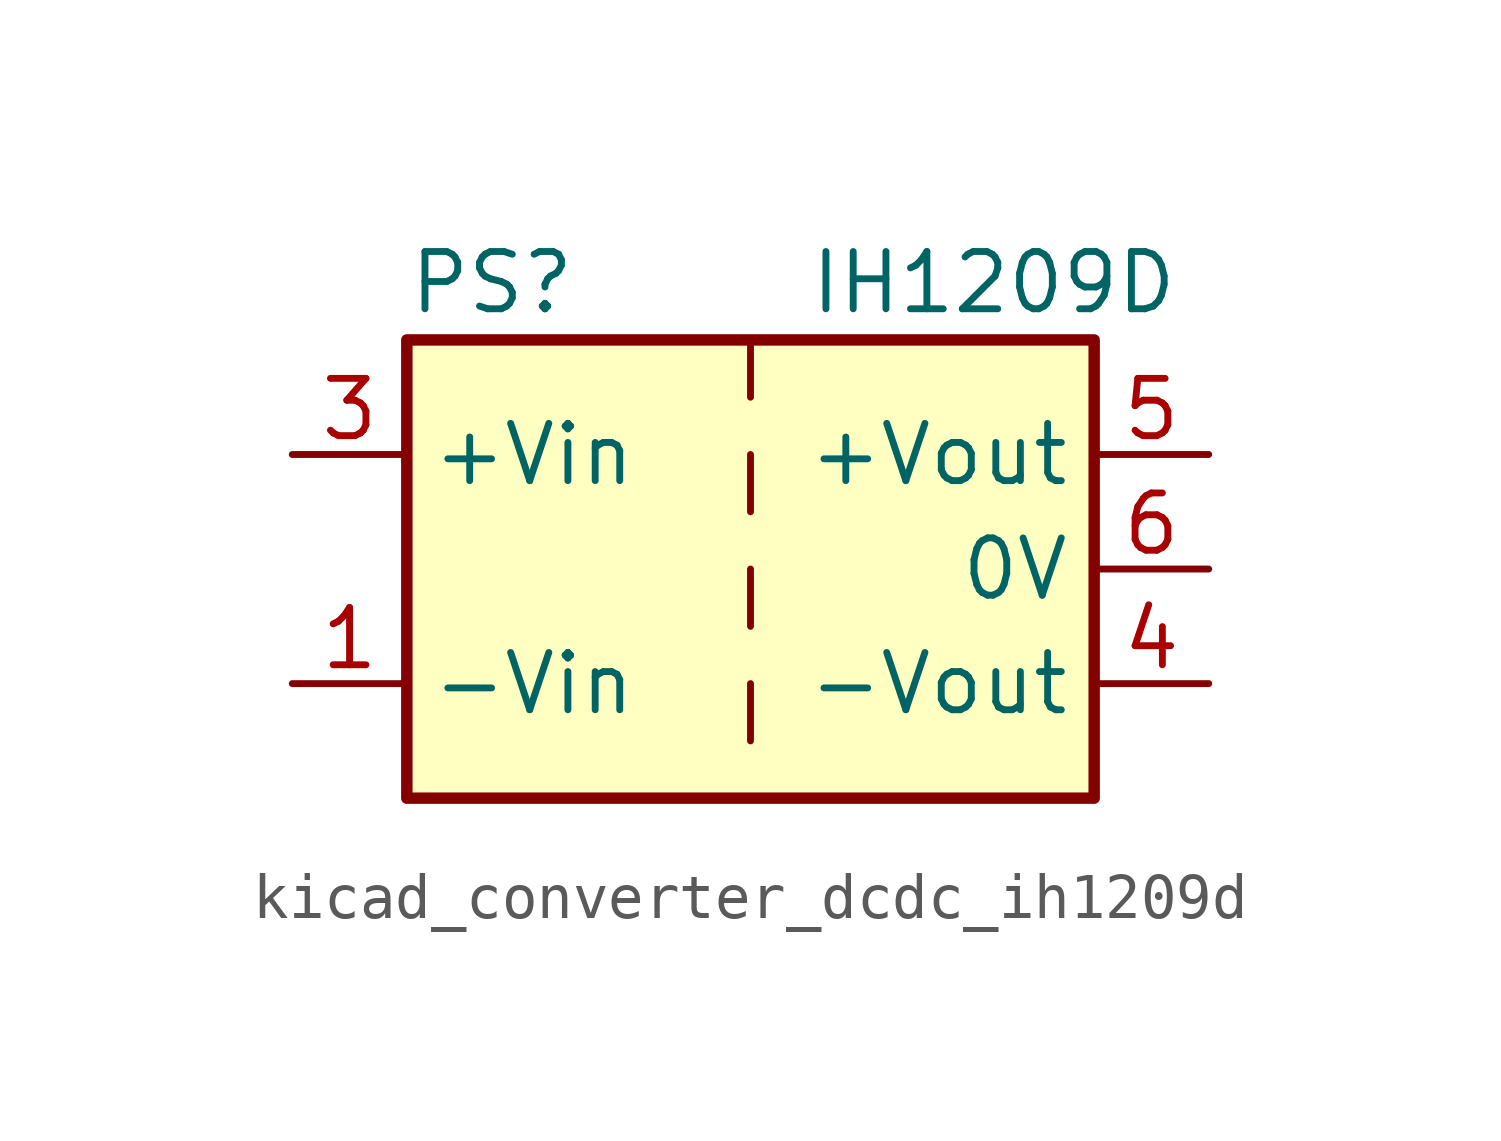
<source format=kicad_sym>
(kicad_symbol_lib
  (version 20220914)
  (generator kicad_symbol_editor)
  (symbol "kicad_converter_dcdc_ih1209d"
    (property "Reference" "PS"
      (at -7.62 6.35 0)
      (effects (font (size 1.27 1.27)) (justify left)))
    (property "Value" "IH1209D"
      (at 1.27 6.35 0)
      (effects (font (size 1.27 1.27)) (justify left)))
    (symbol "kicad_converter_dcdc_ih1209d_0_0"
      (pin power_in line (at -10.16 -2.54 0) (length 2.54) (name "-Vin" (effects (font (size 1.27 1.27)))) (number "1" (effects (font (size 1.27 1.27)))))
      (pin power_in line (at -10.16 2.54 0) (length 2.54) (name "+Vin" (effects (font (size 1.27 1.27)))) (number "3" (effects (font (size 1.27 1.27)))))
      (pin power_out line (at 10.16 -2.54 180) (length 2.54) (name "-Vout" (effects (font (size 1.27 1.27)))) (number "4" (effects (font (size 1.27 1.27)))))
      (pin power_out line (at 10.16 2.54 180) (length 2.54) (name "+Vout" (effects (font (size 1.27 1.27)))) (number "5" (effects (font (size 1.27 1.27)))))
      (pin power_out line (at 10.16 0 180) (length 2.54) (name "0V" (effects (font (size 1.27 1.27)))) (number "6" (effects (font (size 1.27 1.27))))))
    (symbol "kicad_converter_dcdc_ih1209d_0_1"
      (rectangle (start -7.62 5.08) (end 7.62 -5.08) (stroke (width 0.254) (type default)) (fill (type background)))
      (polyline (pts (xy 0 -2.54) (xy 0 -3.81)) (stroke (width 0) (type default)) (fill (type none)))
      (polyline (pts (xy 0 0) (xy 0 -1.27)) (stroke (width 0) (type default)) (fill (type none)))
      (polyline (pts (xy 0 2.54) (xy 0 1.27)) (stroke (width 0) (type default)) (fill (type none)))
      (polyline (pts (xy 0 5.08) (xy 0 3.81)) (stroke (width 0) (type default)) (fill (type none))))
    (symbol "kicad_converter_dcdc_ih1209d_1_1"
      (pin no_connect line (at 0 -5.08 90) (length 2.54) hide (name "NC" (effects (font (size 1.27 1.27)))) (number "2" (effects (font (size 1.27 1.27))))))))
</source>
